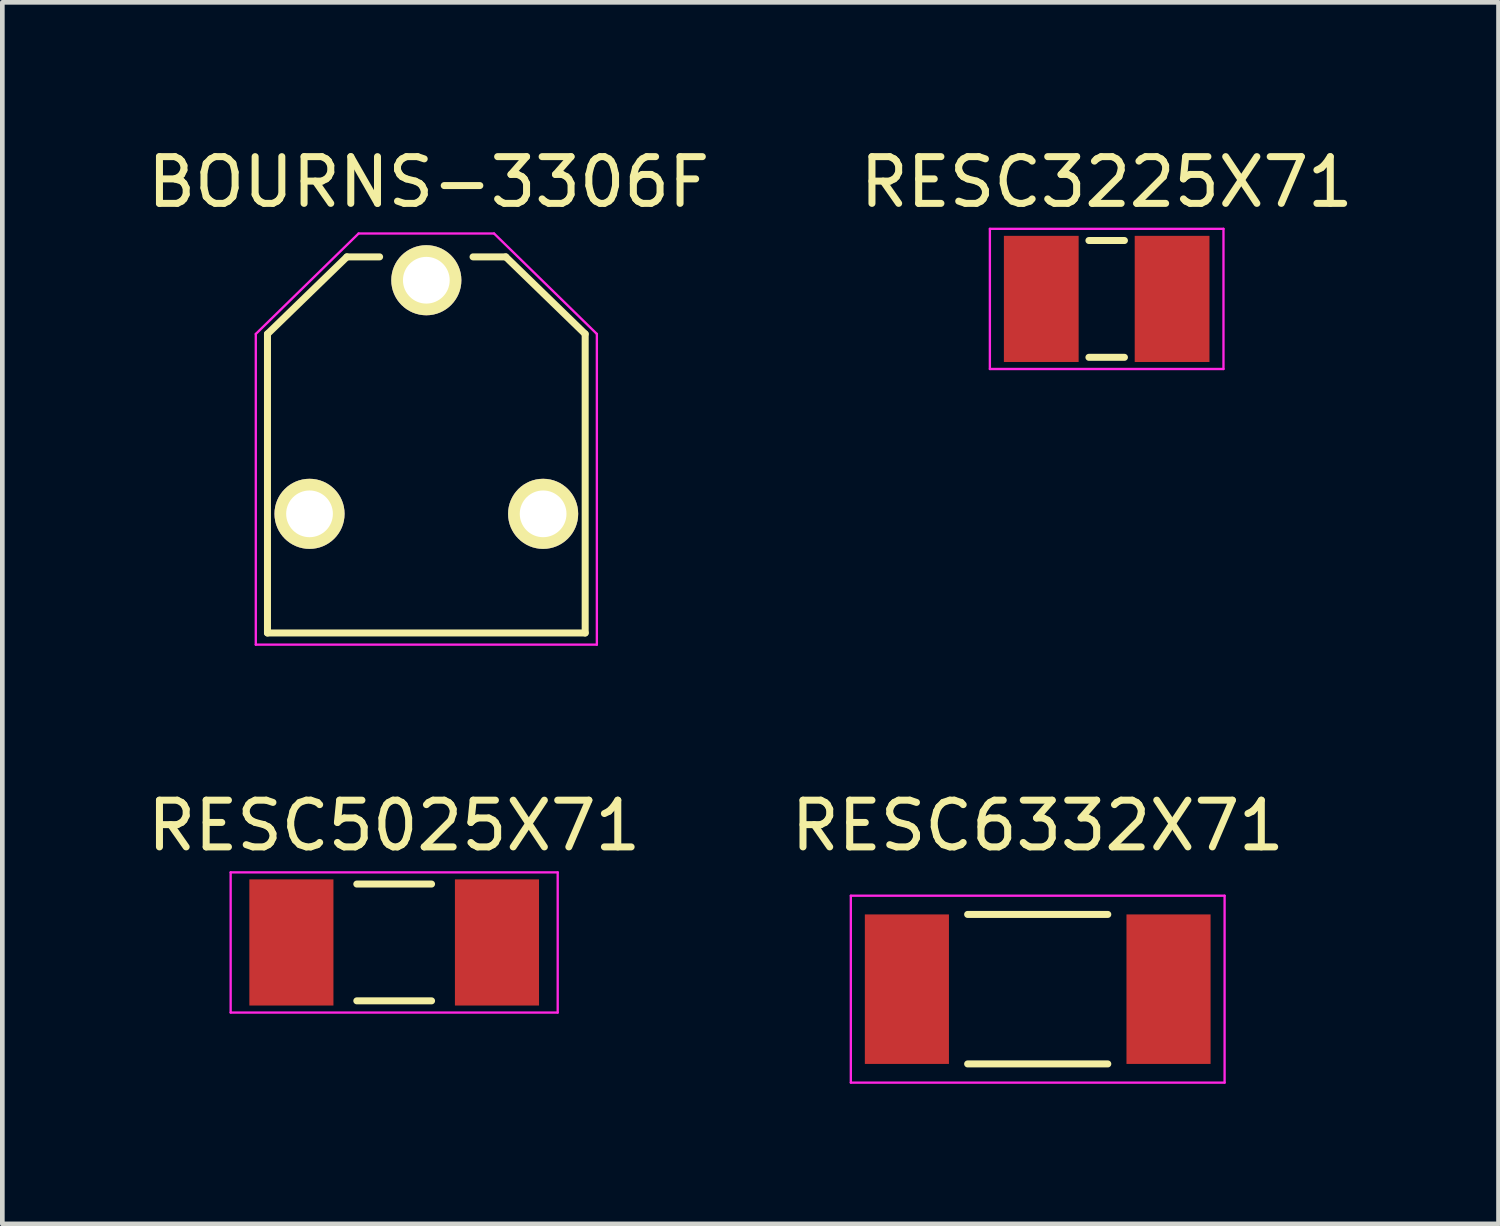
<source format=kicad_pcb>
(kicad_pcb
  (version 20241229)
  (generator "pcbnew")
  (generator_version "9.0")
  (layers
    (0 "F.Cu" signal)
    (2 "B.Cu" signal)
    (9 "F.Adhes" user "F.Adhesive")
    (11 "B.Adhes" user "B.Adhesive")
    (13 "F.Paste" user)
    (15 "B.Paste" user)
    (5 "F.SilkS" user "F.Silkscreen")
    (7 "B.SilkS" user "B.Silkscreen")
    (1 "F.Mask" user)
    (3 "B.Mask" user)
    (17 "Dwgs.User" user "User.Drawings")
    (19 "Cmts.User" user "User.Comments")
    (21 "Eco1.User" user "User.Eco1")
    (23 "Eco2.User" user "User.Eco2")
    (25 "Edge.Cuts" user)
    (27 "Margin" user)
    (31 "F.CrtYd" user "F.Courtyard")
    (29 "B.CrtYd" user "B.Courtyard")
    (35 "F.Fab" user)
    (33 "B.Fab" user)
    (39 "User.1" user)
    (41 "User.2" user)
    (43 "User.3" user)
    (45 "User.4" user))
  (footprint "RESC3225X71"
    (layer "F.Cu")
    (at 20.637 3.348)
    (property "Reference" "RESC3225X71" (at 0 -2.5 0) (layer "F.SilkS") (effects (font (size 1 1) (thickness 0.15))))
    (attr through_hole)
    (fp_line (start -0.38 -1.25) (end 0.38 -1.25) (stroke (width 0.15) (type solid)) (layer "F.SilkS"))
    (fp_line (start -0.38 1.25) (end 0.38 1.25) (stroke (width 0.15) (type solid)) (layer "F.SilkS"))
    (fp_line (start -2.5 -1.5) (end 2.5 -1.5) (stroke (width 0.05) (type solid)) (layer "F.CrtYd"))
    (fp_line (start -2.5 1.5) (end -2.5 -1.5) (stroke (width 0.05) (type solid)) (layer "F.CrtYd"))
    (fp_line (start 2.5 -1.5) (end 2.5 1.5) (stroke (width 0.05) (type solid)) (layer "F.CrtYd"))
    (fp_line (start 2.5 1.5) (end -2.5 1.5) (stroke (width 0.05) (type solid)) (layer "F.CrtYd"))
    (pad "1" smd rect (at -1.4 0) (size 1.6 2.7) (layers "F.Cu" "F.Mask" "F.Paste"))
    (pad "2" smd rect (at 1.4 0) (size 1.6 2.7) (layers "F.Cu" "F.Mask" "F.Paste")))
  (footprint "RESC5025X71"
    (layer "F.Cu")
    (at 5.387 17.122)
    (property "Reference" "RESC5025X71" (at 0 -2.5 0) (layer "F.SilkS") (effects (font (size 1 1) (thickness 0.15))))
    (attr through_hole)
    (fp_line (start -0.8 -1.25) (end 0.8 -1.25) (stroke (width 0.15) (type solid)) (layer "F.SilkS"))
    (fp_line (start -0.8 1.25) (end 0.8 1.25) (stroke (width 0.15) (type solid)) (layer "F.SilkS"))
    (fp_line (start -3.5 -1.5) (end 3.5 -1.5) (stroke (width 0.05) (type solid)) (layer "F.CrtYd"))
    (fp_line (start -3.5 1.5) (end -3.5 -1.5) (stroke (width 0.05) (type solid)) (layer "F.CrtYd"))
    (fp_line (start 3.5 -1.5) (end 3.5 1.5) (stroke (width 0.05) (type solid)) (layer "F.CrtYd"))
    (fp_line (start 3.5 1.5) (end -3.5 1.5) (stroke (width 0.05) (type solid)) (layer "F.CrtYd"))
    (pad "1" smd rect (at -2.2 0) (size 1.8 2.7) (layers "F.Cu" "F.Mask" "F.Paste"))
    (pad "2" smd rect (at 2.2 0) (size 1.8 2.7) (layers "F.Cu" "F.Mask" "F.Paste")))
  (footprint "RESC6332X71"
    (layer "F.Cu")
    (at 19.161 18.122)
    (property "Reference" "RESC6332X71" (at 0 -3.5 0) (layer "F.SilkS") (effects (font (size 1 1) (thickness 0.15))))
    (attr through_hole)
    (fp_line (start -1.5 -1.6) (end 1.5 -1.6) (stroke (width 0.15) (type solid)) (layer "F.SilkS"))
    (fp_line (start -1.5 1.6) (end 1.5 1.6) (stroke (width 0.15) (type solid)) (layer "F.SilkS"))
    (fp_line (start -4 -2) (end 4 -2) (stroke (width 0.05) (type solid)) (layer "F.CrtYd"))
    (fp_line (start -4 2) (end -4 -2) (stroke (width 0.05) (type solid)) (layer "F.CrtYd"))
    (fp_line (start 4 -2) (end 4 2) (stroke (width 0.05) (type solid)) (layer "F.CrtYd"))
    (fp_line (start 4 2) (end -4 2) (stroke (width 0.05) (type solid)) (layer "F.CrtYd"))
    (pad "1" smd rect (at -2.8 0) (size 1.8 3.2) (layers "F.Cu" "F.Mask" "F.Paste"))
    (pad "2" smd rect (at 2.8 0) (size 1.8 3.2) (layers "F.Cu" "F.Mask" "F.Paste")))
  (footprint "BOURNS-3306F"
    (layer "F.Cu")
    (at 6.075 5.448)
    (property "Reference" "BOURNS-3306F" (at 0.05 -4.6 0) (layer "F.SilkS") (effects (font (size 1 1) (thickness 0.15))))
    (attr through_hole)
    (fp_line (start -3.4 -1.35) (end -1.7 -3) (stroke (width 0.15) (type solid)) (layer "F.SilkS"))
    (fp_line (start -3.4 5.05) (end -3.4 -1.35) (stroke (width 0.15) (type solid)) (layer "F.SilkS"))
    (fp_line (start -1.7 -3) (end -1 -3) (stroke (width 0.15) (type solid)) (layer "F.SilkS"))
    (fp_line (start 1.7 -3) (end 1 -3) (stroke (width 0.15) (type solid)) (layer "F.SilkS"))
    (fp_line (start 1.7 -3) (end 3.4 -1.35) (stroke (width 0.15) (type solid)) (layer "F.SilkS"))
    (fp_line (start 3.4 -1.35) (end 3.4 5.05) (stroke (width 0.15) (type solid)) (layer "F.SilkS"))
    (fp_line (start 3.4 5.05) (end -3.4 5.05) (stroke (width 0.15) (type solid)) (layer "F.SilkS"))
    (fp_line (start -3.65 -1.35) (end -1.45 -3.5) (stroke (width 0.05) (type solid)) (layer "F.CrtYd"))
    (fp_line (start -3.65 5.3) (end -3.65 -1.35) (stroke (width 0.05) (type solid)) (layer "F.CrtYd"))
    (fp_line (start -1.45 -3.5) (end 1.45 -3.5) (stroke (width 0.05) (type solid)) (layer "F.CrtYd"))
    (fp_line (start 1.45 -3.5) (end 3.65 -1.35) (stroke (width 0.05) (type solid)) (layer "F.CrtYd"))
    (fp_line (start 3.65 -1.35) (end 3.65 5.3) (stroke (width 0.05) (type solid)) (layer "F.CrtYd"))
    (fp_line (start 3.65 5.3) (end -3.65 5.3) (stroke (width 0.05) (type solid)) (layer "F.CrtYd"))
    (pad "1" thru_hole circle (at -2.5 2.5) (size 1.5 1.5) (drill 1) (layers "*.Cu" "*.Mask" "F.SilkS"))
    (pad "2" thru_hole circle (at 0 -2.5) (size 1.5 1.5) (drill 1) (layers "*.Cu" "*.Mask" "F.SilkS"))
    (pad "3" thru_hole circle (at 2.5 2.5) (size 1.5 1.5) (drill 1) (layers "*.Cu" "*.Mask" "F.SilkS")))
  (gr_rect
    (start -3 -3)
    (end 29.024 23.146)
    (stroke (width 0.1) (type default))
    (fill no)
    (layer "Edge.Cuts")))
</source>
